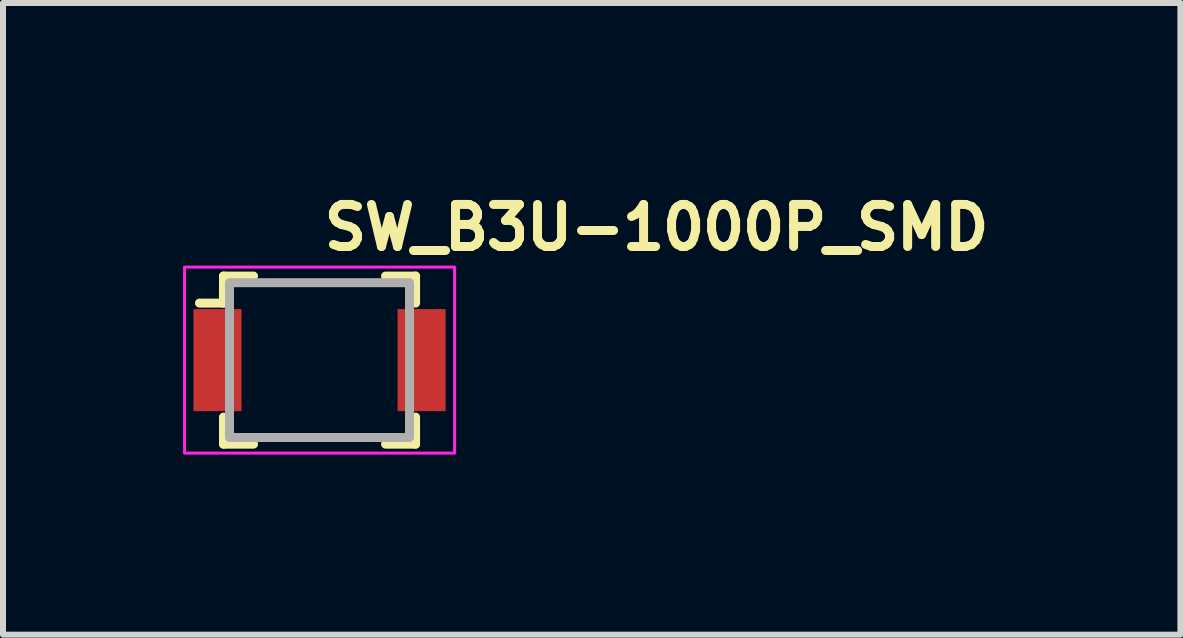
<source format=kicad_pcb>
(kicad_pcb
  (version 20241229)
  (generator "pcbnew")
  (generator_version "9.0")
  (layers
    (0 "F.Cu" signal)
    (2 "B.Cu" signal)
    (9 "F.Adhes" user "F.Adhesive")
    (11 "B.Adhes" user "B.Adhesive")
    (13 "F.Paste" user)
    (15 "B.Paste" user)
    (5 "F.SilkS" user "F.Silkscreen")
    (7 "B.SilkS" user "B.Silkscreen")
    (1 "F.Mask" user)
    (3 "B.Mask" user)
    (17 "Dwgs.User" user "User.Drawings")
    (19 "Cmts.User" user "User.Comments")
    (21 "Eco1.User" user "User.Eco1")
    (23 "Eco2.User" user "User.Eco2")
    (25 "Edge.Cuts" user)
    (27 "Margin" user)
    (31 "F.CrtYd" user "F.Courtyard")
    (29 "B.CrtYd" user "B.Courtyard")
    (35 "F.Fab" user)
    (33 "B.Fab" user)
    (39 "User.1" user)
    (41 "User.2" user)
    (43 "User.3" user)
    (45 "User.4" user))
  (footprint "SW_B3U-1000P_SMD"
    (layer "F.Cu")
    (at 2.274 2.95)
    (property "Reference" "SW_B3U-1000P_SMD" (at 0 -1.8 0) (layer "F.SilkS") (effects (font (size 0.7 0.7) (thickness 0.15)) (justify left bottom)))
    (attr smd)
    (fp_line (start -1.601 -0.95) (end -2 -0.95) (stroke (width 0.15) (type solid)) (layer "F.SilkS"))
    (fp_line (start -1.6 -1.4) (end -1.601 -0.95) (stroke (width 0.15) (type solid)) (layer "F.SilkS"))
    (fp_line (start -1.6 -1.4) (end -1.1 -1.4) (stroke (width 0.15) (type solid)) (layer "F.SilkS"))
    (fp_line (start -1.6 1.4) (end -1.6 0.95) (stroke (width 0.15) (type solid)) (layer "F.SilkS"))
    (fp_line (start -1.6 1.4) (end -1.1 1.4) (stroke (width 0.15) (type solid)) (layer "F.SilkS"))
    (fp_line (start 1.6 -1.4) (end 1.1 -1.4) (stroke (width 0.15) (type solid)) (layer "F.SilkS"))
    (fp_line (start 1.6 -1.4) (end 1.6 -0.95) (stroke (width 0.15) (type solid)) (layer "F.SilkS"))
    (fp_line (start 1.6 1.4) (end 1.1 1.4) (stroke (width 0.15) (type solid)) (layer "F.SilkS"))
    (fp_line (start 1.6 1.4) (end 1.6 0.95) (stroke (width 0.15) (type solid)) (layer "F.SilkS"))
    (fp_rect (start -2.249 -1.55) (end 2.25 1.549) (stroke (width 0.05) (type solid)) (fill no) (layer "F.CrtYd"))
    (fp_rect (start -1.5 -1.29) (end 1.499 1.289) (stroke (width 0.15) (type solid)) (fill no) (layer "F.Fab"))
    (fp_rect (start -2 -1.25) (end 1.999 1.249) (stroke (width 0.1) (type solid)) (fill no) (layer "User.5"))
    (fp_line (start -2 -0.701) (end -2 0.699) (stroke (width 0.02) (type solid)) (layer "User.9"))
    (fp_line (start -2 -0.701) (end -1.95 -0.652) (stroke (width 0.02) (type solid)) (layer "User.9"))
    (fp_line (start -2 0.699) (end -1.95 0.65) (stroke (width 0.02) (type solid)) (layer "User.9"))
    (fp_line (start -2 0.699) (end -1.5 0.699) (stroke (width 0.02) (type solid)) (layer "User.9"))
    (fp_line (start -1.5 -1) (end -1.5 -1.25) (stroke (width 0.02) (type solid)) (layer "User.9"))
    (fp_line (start -1.5 -1) (end -1.22 -1) (stroke (width 0.02) (type solid)) (layer "User.9"))
    (fp_line (start -1.5 -0.701) (end -2 -0.701) (stroke (width 0.02) (type solid)) (layer "User.9"))
    (fp_line (start -1.5 0.998) (end -1.5 -1) (stroke (width 0.02) (type solid)) (layer "User.9"))
    (fp_line (start -1.5 1.249) (end -1.5 0.998) (stroke (width 0.02) (type solid)) (layer "User.9"))
    (fp_line (start -1.22 -1.25) (end -1.5 -1.25) (stroke (width 0.02) (type solid)) (layer "User.9"))
    (fp_line (start -1.22 -1.25) (end -1.22 -1.151) (stroke (width 0.02) (type solid)) (layer "User.9"))
    (fp_line (start -1.22 -1) (end -1.22 -1.151) (stroke (width 0.02) (type solid)) (layer "User.9"))
    (fp_line (start -1.22 0.998) (end -1.5 0.998) (stroke (width 0.02) (type solid)) (layer "User.9"))
    (fp_line (start -1.22 1.148) (end -1.22 0.998) (stroke (width 0.02) (type solid)) (layer "User.9"))
    (fp_line (start -1.22 1.148) (end -1.22 1.249) (stroke (width 0.02) (type solid)) (layer "User.9"))
    (fp_line (start -1.22 1.249) (end -1.5 1.249) (stroke (width 0.02) (type solid)) (layer "User.9"))
    (fp_line (start -1.22 1.249) (end 1.219 1.249) (stroke (width 0.02) (type solid)) (layer "User.9"))
    (fp_line (start -0.802 0) (end -0.8 0.051) (stroke (width 0.02) (type solid)) (layer "User.9"))
    (fp_line (start -0.8 -0.053) (end -0.802 0) (stroke (width 0.02) (type solid)) (layer "User.9"))
    (fp_line (start -0.8 0.051) (end -0.795 0.103) (stroke (width 0.02) (type solid)) (layer "User.9"))
    (fp_line (start -0.795 -0.105) (end -0.8 -0.053) (stroke (width 0.02) (type solid)) (layer "User.9"))
    (fp_line (start -0.795 0.103) (end -0.786 0.153) (stroke (width 0.02) (type solid)) (layer "User.9"))
    (fp_line (start -0.786 -0.155) (end -0.795 -0.105) (stroke (width 0.02) (type solid)) (layer "User.9"))
    (fp_line (start -0.786 0.153) (end -0.775 0.205) (stroke (width 0.02) (type solid)) (layer "User.9"))
    (fp_line (start -0.775 -0.207) (end -0.786 -0.155) (stroke (width 0.02) (type solid)) (layer "User.9"))
    (fp_line (start -0.775 0.205) (end -0.759 0.254) (stroke (width 0.02) (type solid)) (layer "User.9"))
    (fp_line (start -0.759 -0.256) (end -0.775 -0.207) (stroke (width 0.02) (type solid)) (layer "User.9"))
    (fp_line (start -0.759 0.254) (end -0.74 0.303) (stroke (width 0.02) (type solid)) (layer "User.9"))
    (fp_line (start -0.755 -0.014) (end -0.751 -0.073) (stroke (width 0.02) (type solid)) (layer "User.9"))
    (fp_line (start -0.754 0.045) (end -0.755 -0.014) (stroke (width 0.02) (type solid)) (layer "User.9"))
    (fp_line (start -0.751 -0.073) (end -0.743 -0.133) (stroke (width 0.02) (type solid)) (layer "User.9"))
    (fp_line (start -0.747 0.105) (end -0.754 0.045) (stroke (width 0.02) (type solid)) (layer "User.9"))
    (fp_line (start -0.743 -0.133) (end -0.731 -0.189) (stroke (width 0.02) (type solid)) (layer "User.9"))
    (fp_line (start -0.74 -0.305) (end -0.759 -0.256) (stroke (width 0.02) (type solid)) (layer "User.9"))
    (fp_line (start -0.74 0.303) (end -0.718 0.351) (stroke (width 0.02) (type solid)) (layer "User.9"))
    (fp_line (start -0.737 0.165) (end -0.747 0.105) (stroke (width 0.02) (type solid)) (layer "User.9"))
    (fp_line (start -0.731 -0.189) (end -0.714 -0.246) (stroke (width 0.02) (type solid)) (layer "User.9"))
    (fp_line (start -0.721 0.225) (end -0.737 0.165) (stroke (width 0.02) (type solid)) (layer "User.9"))
    (fp_line (start -0.721 0.225) (end -0.721 0.225) (stroke (width 0.02) (type solid)) (layer "User.9"))
    (fp_line (start -0.718 -0.353) (end -0.74 -0.305) (stroke (width 0.02) (type solid)) (layer "User.9"))
    (fp_line (start -0.718 0.351) (end -0.694 0.4) (stroke (width 0.02) (type solid)) (layer "User.9"))
    (fp_line (start -0.714 -0.246) (end -0.694 -0.301) (stroke (width 0.02) (type solid)) (layer "User.9"))
    (fp_line (start -0.711 0.253) (end -0.721 0.225) (stroke (width 0.02) (type solid)) (layer "User.9"))
    (fp_line (start -0.701 0.282) (end -0.711 0.253) (stroke (width 0.02) (type solid)) (layer "User.9"))
    (fp_line (start -0.694 -0.402) (end -0.718 -0.353) (stroke (width 0.02) (type solid)) (layer "User.9"))
    (fp_line (start -0.694 -0.402) (end -0.694 -0.402) (stroke (width 0.02) (type solid)) (layer "User.9"))
    (fp_line (start -0.694 -0.301) (end -0.668 -0.354) (stroke (width 0.02) (type solid)) (layer "User.9"))
    (fp_line (start -0.694 0.4) (end -0.694 0.4) (stroke (width 0.02) (type solid)) (layer "User.9"))
    (fp_line (start -0.694 0.4) (end -0.681 0.421) (stroke (width 0.02) (type solid)) (layer "User.9"))
    (fp_line (start -0.681 0.421) (end -0.666 0.444) (stroke (width 0.02) (type solid)) (layer "User.9"))
    (fp_line (start -0.676 0.338) (end -0.701 0.282) (stroke (width 0.02) (type solid)) (layer "User.9"))
    (fp_line (start -0.668 -0.354) (end -0.637 -0.406) (stroke (width 0.02) (type solid)) (layer "User.9"))
    (fp_line (start -0.666 -0.446) (end -0.694 -0.402) (stroke (width 0.02) (type solid)) (layer "User.9"))
    (fp_line (start -0.666 0.444) (end -0.651 0.467) (stroke (width 0.02) (type solid)) (layer "User.9"))
    (fp_line (start -0.651 0.467) (end -0.634 0.487) (stroke (width 0.02) (type solid)) (layer "User.9"))
    (fp_line (start -0.647 0.39) (end -0.676 0.338) (stroke (width 0.02) (type solid)) (layer "User.9"))
    (fp_line (start -0.637 -0.406) (end -0.604 -0.455) (stroke (width 0.02) (type solid)) (layer "User.9"))
    (fp_line (start -0.634 -0.489) (end -0.666 -0.446) (stroke (width 0.02) (type solid)) (layer "User.9"))
    (fp_line (start -0.634 0.487) (end -0.618 0.507) (stroke (width 0.02) (type solid)) (layer "User.9"))
    (fp_line (start -0.618 0.507) (end -0.601 0.528) (stroke (width 0.02) (type solid)) (layer "User.9"))
    (fp_line (start -0.613 0.439) (end -0.647 0.39) (stroke (width 0.02) (type solid)) (layer "User.9"))
    (fp_line (start -0.604 -0.455) (end -0.567 -0.5) (stroke (width 0.02) (type solid)) (layer "User.9"))
    (fp_line (start -0.601 -0.53) (end -0.634 -0.489) (stroke (width 0.02) (type solid)) (layer "User.9"))
    (fp_line (start -0.601 0.528) (end -0.583 0.548) (stroke (width 0.02) (type solid)) (layer "User.9"))
    (fp_line (start -0.583 0.548) (end -0.566 0.566) (stroke (width 0.02) (type solid)) (layer "User.9"))
    (fp_line (start -0.577 0.486) (end -0.613 0.439) (stroke (width 0.02) (type solid)) (layer "User.9"))
    (fp_line (start -0.567 -0.5) (end -0.525 -0.544) (stroke (width 0.02) (type solid)) (layer "User.9"))
    (fp_line (start -0.566 -0.568) (end -0.601 -0.53) (stroke (width 0.02) (type solid)) (layer "User.9"))
    (fp_line (start -0.566 0.566) (end -0.547 0.584) (stroke (width 0.02) (type solid)) (layer "User.9"))
    (fp_line (start -0.547 0.584) (end -0.528 0.601) (stroke (width 0.02) (type solid)) (layer "User.9"))
    (fp_line (start -0.537 0.53) (end -0.577 0.486) (stroke (width 0.02) (type solid)) (layer "User.9"))
    (fp_line (start -0.528 -0.603) (end -0.566 -0.568) (stroke (width 0.02) (type solid)) (layer "User.9"))
    (fp_line (start -0.528 0.601) (end -0.507 0.618) (stroke (width 0.02) (type solid)) (layer "User.9"))
    (fp_line (start -0.525 -0.544) (end -0.48 -0.584) (stroke (width 0.02) (type solid)) (layer "User.9"))
    (fp_line (start -0.507 0.618) (end -0.487 0.634) (stroke (width 0.02) (type solid)) (layer "User.9"))
    (fp_line (start -0.493 0.571) (end -0.537 0.53) (stroke (width 0.02) (type solid)) (layer "User.9"))
    (fp_line (start -0.487 -0.636) (end -0.528 -0.603) (stroke (width 0.02) (type solid)) (layer "User.9"))
    (fp_line (start -0.487 0.634) (end -0.467 0.65) (stroke (width 0.02) (type solid)) (layer "User.9"))
    (fp_line (start -0.48 -0.584) (end -0.43 -0.621) (stroke (width 0.02) (type solid)) (layer "User.9"))
    (fp_line (start -0.467 0.65) (end -0.444 0.665) (stroke (width 0.02) (type solid)) (layer "User.9"))
    (fp_line (start -0.447 0.606) (end -0.493 0.571) (stroke (width 0.02) (type solid)) (layer "User.9"))
    (fp_line (start -0.444 -0.667) (end -0.487 -0.636) (stroke (width 0.02) (type solid)) (layer "User.9"))
    (fp_line (start -0.444 0.665) (end -0.423 0.679) (stroke (width 0.02) (type solid)) (layer "User.9"))
    (fp_line (start -0.423 0.679) (end -0.402 0.692) (stroke (width 0.02) (type solid)) (layer "User.9"))
    (fp_line (start -0.412 -0.562) (end -0.43 -0.621) (stroke (width 0.02) (type solid)) (layer "User.9"))
    (fp_line (start -0.402 -0.694) (end -0.444 -0.667) (stroke (width 0.02) (type solid)) (layer "User.9"))
    (fp_line (start -0.402 0.692) (end -0.378 0.704) (stroke (width 0.02) (type solid)) (layer "User.9"))
    (fp_line (start -0.4 0.64) (end -0.447 0.606) (stroke (width 0.02) (type solid)) (layer "User.9"))
    (fp_line (start -0.391 -0.497) (end -0.412 -0.562) (stroke (width 0.02) (type solid)) (layer "User.9"))
    (fp_line (start -0.378 0.704) (end -0.355 0.716) (stroke (width 0.02) (type solid)) (layer "User.9"))
    (fp_line (start -0.377 -0.461) (end -0.391 -0.497) (stroke (width 0.02) (type solid)) (layer "User.9"))
    (fp_line (start -0.362 -0.421) (end -0.377 -0.461) (stroke (width 0.02) (type solid)) (layer "User.9"))
    (fp_line (start -0.355 -0.718) (end -0.402 -0.694) (stroke (width 0.02) (type solid)) (layer "User.9"))
    (fp_line (start -0.355 0.716) (end -0.332 0.727) (stroke (width 0.02) (type solid)) (layer "User.9"))
    (fp_line (start -0.348 0.669) (end -0.4 0.64) (stroke (width 0.02) (type solid)) (layer "User.9"))
    (fp_line (start -0.332 0.727) (end -0.308 0.737) (stroke (width 0.02) (type solid)) (layer "User.9"))
    (fp_line (start -0.308 -0.739) (end -0.355 -0.718) (stroke (width 0.02) (type solid)) (layer "User.9"))
    (fp_line (start -0.308 0.737) (end -0.285 0.747) (stroke (width 0.02) (type solid)) (layer "User.9"))
    (fp_line (start -0.294 0.695) (end -0.348 0.669) (stroke (width 0.02) (type solid)) (layer "User.9"))
    (fp_line (start -0.285 0.747) (end -0.26 0.756) (stroke (width 0.02) (type solid)) (layer "User.9"))
    (fp_line (start -0.26 -0.758) (end -0.308 -0.739) (stroke (width 0.02) (type solid)) (layer "User.9"))
    (fp_line (start -0.26 0.756) (end -0.235 0.764) (stroke (width 0.02) (type solid)) (layer "User.9"))
    (fp_line (start -0.239 0.714) (end -0.294 0.695) (stroke (width 0.02) (type solid)) (layer "User.9"))
    (fp_line (start -0.235 0.764) (end -0.209 0.772) (stroke (width 0.02) (type solid)) (layer "User.9"))
    (fp_line (start -0.209 -0.774) (end -0.26 -0.758) (stroke (width 0.02) (type solid)) (layer "User.9"))
    (fp_line (start -0.209 0.772) (end -0.184 0.778) (stroke (width 0.02) (type solid)) (layer "User.9"))
    (fp_line (start -0.184 0.778) (end -0.158 0.784) (stroke (width 0.02) (type solid)) (layer "User.9"))
    (fp_line (start -0.181 0.731) (end -0.239 0.714) (stroke (width 0.02) (type solid)) (layer "User.9"))
    (fp_line (start -0.158 -0.786) (end -0.209 -0.774) (stroke (width 0.02) (type solid)) (layer "User.9"))
    (fp_line (start -0.158 0.784) (end -0.134 0.789) (stroke (width 0.02) (type solid)) (layer "User.9"))
    (fp_line (start -0.134 0.789) (end -0.106 0.792) (stroke (width 0.02) (type solid)) (layer "User.9"))
    (fp_line (start -0.122 0.743) (end -0.181 0.731) (stroke (width 0.02) (type solid)) (layer "User.9"))
    (fp_line (start -0.106 -0.794) (end -0.158 -0.786) (stroke (width 0.02) (type solid)) (layer "User.9"))
    (fp_line (start -0.106 0.792) (end -0.08 0.796) (stroke (width 0.02) (type solid)) (layer "User.9"))
    (fp_line (start -0.08 0.796) (end -0.054 0.798) (stroke (width 0.02) (type solid)) (layer "User.9"))
    (fp_line (start -0.062 0.75) (end -0.122 0.743) (stroke (width 0.02) (type solid)) (layer "User.9"))
    (fp_line (start -0.054 -0.8) (end -0.106 -0.794) (stroke (width 0.02) (type solid)) (layer "User.9"))
    (fp_line (start -0.054 0.798) (end -0.027 0.799) (stroke (width 0.02) (type solid)) (layer "User.9"))
    (fp_line (start -0.031 0.752) (end -0.062 0.75) (stroke (width 0.02) (type solid)) (layer "User.9"))
    (fp_line (start -0.027 0.799) (end 0 0.8) (stroke (width 0.02) (type solid)) (layer "User.9"))
    (fp_line (start 0 -0.802) (end -0.054 -0.8) (stroke (width 0.02) (type solid)) (layer "User.9"))
    (fp_line (start 0 0.753) (end -0.031 0.752) (stroke (width 0.02) (type solid)) (layer "User.9"))
    (fp_line (start 0 0.8) (end 0.052 0.798) (stroke (width 0.02) (type solid)) (layer "User.9"))
    (fp_line (start 0.026 -0.801) (end 0 -0.802) (stroke (width 0.02) (type solid)) (layer "User.9"))
    (fp_line (start 0.029 0.752) (end 0 0.753) (stroke (width 0.02) (type solid)) (layer "User.9"))
    (fp_line (start 0.052 -0.8) (end 0.026 -0.801) (stroke (width 0.02) (type solid)) (layer "User.9"))
    (fp_line (start 0.052 0.798) (end 0.104 0.792) (stroke (width 0.02) (type solid)) (layer "User.9"))
    (fp_line (start 0.06 0.75) (end 0.029 0.752) (stroke (width 0.02) (type solid)) (layer "User.9"))
    (fp_line (start 0.078 -0.798) (end 0.052 -0.8) (stroke (width 0.02) (type solid)) (layer "User.9"))
    (fp_line (start 0.09 0.747) (end 0.06 0.75) (stroke (width 0.02) (type solid)) (layer "User.9"))
    (fp_line (start 0.104 -0.794) (end 0.078 -0.798) (stroke (width 0.02) (type solid)) (layer "User.9"))
    (fp_line (start 0.104 0.792) (end 0.156 0.784) (stroke (width 0.02) (type solid)) (layer "User.9"))
    (fp_line (start 0.12 0.743) (end 0.09 0.747) (stroke (width 0.02) (type solid)) (layer "User.9"))
    (fp_line (start 0.132 -0.791) (end 0.104 -0.794) (stroke (width 0.02) (type solid)) (layer "User.9"))
    (fp_line (start 0.15 0.738) (end 0.12 0.743) (stroke (width 0.02) (type solid)) (layer "User.9"))
    (fp_line (start 0.156 -0.786) (end 0.132 -0.791) (stroke (width 0.02) (type solid)) (layer "User.9"))
    (fp_line (start 0.156 0.784) (end 0.208 0.772) (stroke (width 0.02) (type solid)) (layer "User.9"))
    (fp_line (start 0.179 0.731) (end 0.15 0.738) (stroke (width 0.02) (type solid)) (layer "User.9"))
    (fp_line (start 0.182 -0.78) (end 0.156 -0.786) (stroke (width 0.02) (type solid)) (layer "User.9"))
    (fp_line (start 0.208 -0.774) (end 0.182 -0.78) (stroke (width 0.02) (type solid)) (layer "User.9"))
    (fp_line (start 0.208 0.723) (end 0.179 0.731) (stroke (width 0.02) (type solid)) (layer "User.9"))
    (fp_line (start 0.208 0.772) (end 0.258 0.756) (stroke (width 0.02) (type solid)) (layer "User.9"))
    (fp_line (start 0.233 -0.766) (end 0.208 -0.774) (stroke (width 0.02) (type solid)) (layer "User.9"))
    (fp_line (start 0.237 0.714) (end 0.208 0.723) (stroke (width 0.02) (type solid)) (layer "User.9"))
    (fp_line (start 0.258 -0.758) (end 0.233 -0.766) (stroke (width 0.02) (type solid)) (layer "User.9"))
    (fp_line (start 0.258 0.756) (end 0.306 0.737) (stroke (width 0.02) (type solid)) (layer "User.9"))
    (fp_line (start 0.265 0.705) (end 0.237 0.714) (stroke (width 0.02) (type solid)) (layer "User.9"))
    (fp_line (start 0.283 -0.749) (end 0.258 -0.758) (stroke (width 0.02) (type solid)) (layer "User.9"))
    (fp_line (start 0.292 0.695) (end 0.265 0.705) (stroke (width 0.02) (type solid)) (layer "User.9"))
    (fp_line (start 0.306 -0.739) (end 0.283 -0.749) (stroke (width 0.02) (type solid)) (layer "User.9"))
    (fp_line (start 0.306 0.737) (end 0.353 0.716) (stroke (width 0.02) (type solid)) (layer "User.9"))
    (fp_line (start 0.32 0.683) (end 0.292 0.695) (stroke (width 0.02) (type solid)) (layer "User.9"))
    (fp_line (start 0.33 -0.729) (end 0.306 -0.739) (stroke (width 0.02) (type solid)) (layer "User.9"))
    (fp_line (start 0.346 0.669) (end 0.32 0.683) (stroke (width 0.02) (type solid)) (layer "User.9"))
    (fp_line (start 0.353 -0.718) (end 0.33 -0.729) (stroke (width 0.02) (type solid)) (layer "User.9"))
    (fp_line (start 0.353 0.716) (end 0.4 0.692) (stroke (width 0.02) (type solid)) (layer "User.9"))
    (fp_line (start 0.371 0.655) (end 0.346 0.669) (stroke (width 0.02) (type solid)) (layer "User.9"))
    (fp_line (start 0.375 -0.461) (end 0.36 -0.421) (stroke (width 0.02) (type solid)) (layer "User.9"))
    (fp_line (start 0.376 -0.706) (end 0.353 -0.718) (stroke (width 0.02) (type solid)) (layer "User.9"))
    (fp_line (start 0.389 -0.497) (end 0.375 -0.461) (stroke (width 0.02) (type solid)) (layer "User.9"))
    (fp_line (start 0.398 0.64) (end 0.371 0.655) (stroke (width 0.02) (type solid)) (layer "User.9"))
    (fp_line (start 0.4 -0.694) (end 0.376 -0.706) (stroke (width 0.02) (type solid)) (layer "User.9"))
    (fp_line (start 0.4 -0.532) (end 0.389 -0.497) (stroke (width 0.02) (type solid)) (layer "User.9"))
    (fp_line (start 0.4 0.692) (end 0.442 0.665) (stroke (width 0.02) (type solid)) (layer "User.9"))
    (fp_line (start 0.41 -0.562) (end 0.4 -0.532) (stroke (width 0.02) (type solid)) (layer "User.9"))
    (fp_line (start 0.421 -0.681) (end 0.4 -0.694) (stroke (width 0.02) (type solid)) (layer "User.9"))
    (fp_line (start 0.421 0.623) (end 0.398 0.64) (stroke (width 0.02) (type solid)) (layer "User.9"))
    (fp_line (start 0.423 -0.605) (end 0.41 -0.562) (stroke (width 0.02) (type solid)) (layer "User.9"))
    (fp_line (start 0.428 -0.621) (end -0.43 -0.621) (stroke (width 0.02) (type solid)) (layer "User.9"))
    (fp_line (start 0.428 -0.621) (end 0.423 -0.605) (stroke (width 0.02) (type solid)) (layer "User.9"))
    (fp_line (start 0.428 -0.621) (end 0.454 -0.603) (stroke (width 0.02) (type solid)) (layer "User.9"))
    (fp_line (start 0.442 -0.667) (end 0.421 -0.681) (stroke (width 0.02) (type solid)) (layer "User.9"))
    (fp_line (start 0.442 0.665) (end 0.485 0.634) (stroke (width 0.02) (type solid)) (layer "User.9"))
    (fp_line (start 0.445 0.606) (end 0.421 0.623) (stroke (width 0.02) (type solid)) (layer "User.9"))
    (fp_line (start 0.454 -0.603) (end 0.478 -0.584) (stroke (width 0.02) (type solid)) (layer "User.9"))
    (fp_line (start 0.465 -0.652) (end 0.442 -0.667) (stroke (width 0.02) (type solid)) (layer "User.9"))
    (fp_line (start 0.47 0.588) (end 0.445 0.606) (stroke (width 0.02) (type solid)) (layer "User.9"))
    (fp_line (start 0.478 -0.584) (end 0.5 -0.565) (stroke (width 0.02) (type solid)) (layer "User.9"))
    (fp_line (start 0.485 -0.636) (end 0.465 -0.652) (stroke (width 0.02) (type solid)) (layer "User.9"))
    (fp_line (start 0.485 0.634) (end 0.526 0.601) (stroke (width 0.02) (type solid)) (layer "User.9"))
    (fp_line (start 0.491 0.571) (end 0.47 0.588) (stroke (width 0.02) (type solid)) (layer "User.9"))
    (fp_line (start 0.5 -0.565) (end 0.523 -0.544) (stroke (width 0.02) (type solid)) (layer "User.9"))
    (fp_line (start 0.505 -0.62) (end 0.485 -0.636) (stroke (width 0.02) (type solid)) (layer "User.9"))
    (fp_line (start 0.514 0.551) (end 0.491 0.571) (stroke (width 0.02) (type solid)) (layer "User.9"))
    (fp_line (start 0.523 -0.544) (end 0.545 -0.523) (stroke (width 0.02) (type solid)) (layer "User.9"))
    (fp_line (start 0.526 -0.603) (end 0.505 -0.62) (stroke (width 0.02) (type solid)) (layer "User.9"))
    (fp_line (start 0.526 0.601) (end 0.564 0.566) (stroke (width 0.02) (type solid)) (layer "User.9"))
    (fp_line (start 0.535 0.53) (end 0.514 0.551) (stroke (width 0.02) (type solid)) (layer "User.9"))
    (fp_line (start 0.545 -0.586) (end 0.526 -0.603) (stroke (width 0.02) (type solid)) (layer "User.9"))
    (fp_line (start 0.545 -0.523) (end 0.565 -0.5) (stroke (width 0.02) (type solid)) (layer "User.9"))
    (fp_line (start 0.556 0.508) (end 0.535 0.53) (stroke (width 0.02) (type solid)) (layer "User.9"))
    (fp_line (start 0.564 -0.568) (end 0.545 -0.586) (stroke (width 0.02) (type solid)) (layer "User.9"))
    (fp_line (start 0.564 0.566) (end 0.599 0.528) (stroke (width 0.02) (type solid)) (layer "User.9"))
    (fp_line (start 0.565 -0.5) (end 0.583 -0.478) (stroke (width 0.02) (type solid)) (layer "User.9"))
    (fp_line (start 0.575 0.486) (end 0.556 0.508) (stroke (width 0.02) (type solid)) (layer "User.9"))
    (fp_line (start 0.581 -0.55) (end 0.564 -0.568) (stroke (width 0.02) (type solid)) (layer "User.9"))
    (fp_line (start 0.583 -0.478) (end 0.602 -0.455) (stroke (width 0.02) (type solid)) (layer "User.9"))
    (fp_line (start 0.593 0.464) (end 0.575 0.486) (stroke (width 0.02) (type solid)) (layer "User.9"))
    (fp_line (start 0.599 -0.53) (end 0.581 -0.55) (stroke (width 0.02) (type solid)) (layer "User.9"))
    (fp_line (start 0.599 0.528) (end 0.632 0.487) (stroke (width 0.02) (type solid)) (layer "User.9"))
    (fp_line (start 0.602 -0.455) (end 0.619 -0.43) (stroke (width 0.02) (type solid)) (layer "User.9"))
    (fp_line (start 0.611 0.439) (end 0.593 0.464) (stroke (width 0.02) (type solid)) (layer "User.9"))
    (fp_line (start 0.616 -0.509) (end 0.599 -0.53) (stroke (width 0.02) (type solid)) (layer "User.9"))
    (fp_line (start 0.619 -0.43) (end 0.635 -0.406) (stroke (width 0.02) (type solid)) (layer "User.9"))
    (fp_line (start 0.628 0.416) (end 0.611 0.439) (stroke (width 0.02) (type solid)) (layer "User.9"))
    (fp_line (start 0.632 -0.489) (end 0.616 -0.509) (stroke (width 0.02) (type solid)) (layer "User.9"))
    (fp_line (start 0.632 0.487) (end 0.664 0.444) (stroke (width 0.02) (type solid)) (layer "User.9"))
    (fp_line (start 0.635 -0.406) (end 0.652 -0.38) (stroke (width 0.02) (type solid)) (layer "User.9"))
    (fp_line (start 0.645 0.39) (end 0.628 0.416) (stroke (width 0.02) (type solid)) (layer "User.9"))
    (fp_line (start 0.649 -0.469) (end 0.632 -0.489) (stroke (width 0.02) (type solid)) (layer "User.9"))
    (fp_line (start 0.652 -0.38) (end 0.666 -0.354) (stroke (width 0.02) (type solid)) (layer "User.9"))
    (fp_line (start 0.66 0.363) (end 0.645 0.39) (stroke (width 0.02) (type solid)) (layer "User.9"))
    (fp_line (start 0.664 -0.446) (end 0.649 -0.469) (stroke (width 0.02) (type solid)) (layer "User.9"))
    (fp_line (start 0.664 0.444) (end 0.692 0.4) (stroke (width 0.02) (type solid)) (layer "User.9"))
    (fp_line (start 0.666 -0.354) (end 0.679 -0.328) (stroke (width 0.02) (type solid)) (layer "User.9"))
    (fp_line (start 0.674 0.338) (end 0.66 0.363) (stroke (width 0.02) (type solid)) (layer "User.9"))
    (fp_line (start 0.679 -0.423) (end 0.664 -0.446) (stroke (width 0.02) (type solid)) (layer "User.9"))
    (fp_line (start 0.679 -0.328) (end 0.692 -0.301) (stroke (width 0.02) (type solid)) (layer "User.9"))
    (fp_line (start 0.687 0.309) (end 0.674 0.338) (stroke (width 0.02) (type solid)) (layer "User.9"))
    (fp_line (start 0.692 -0.402) (end 0.679 -0.423) (stroke (width 0.02) (type solid)) (layer "User.9"))
    (fp_line (start 0.692 -0.402) (end 0.692 -0.402) (stroke (width 0.02) (type solid)) (layer "User.9"))
    (fp_line (start 0.692 -0.301) (end 0.703 -0.274) (stroke (width 0.02) (type solid)) (layer "User.9"))
    (fp_line (start 0.692 0.4) (end 0.692 0.4) (stroke (width 0.02) (type solid)) (layer "User.9"))
    (fp_line (start 0.692 0.4) (end 0.716 0.351) (stroke (width 0.02) (type solid)) (layer "User.9"))
    (fp_line (start 0.699 0.282) (end 0.687 0.309) (stroke (width 0.02) (type solid)) (layer "User.9"))
    (fp_line (start 0.703 -0.274) (end 0.712 -0.246) (stroke (width 0.02) (type solid)) (layer "User.9"))
    (fp_line (start 0.709 0.253) (end 0.699 0.282) (stroke (width 0.02) (type solid)) (layer "User.9"))
    (fp_line (start 0.712 -0.246) (end 0.721 -0.218) (stroke (width 0.02) (type solid)) (layer "User.9"))
    (fp_line (start 0.716 -0.353) (end 0.692 -0.402) (stroke (width 0.02) (type solid)) (layer "User.9"))
    (fp_line (start 0.716 0.351) (end 0.738 0.303) (stroke (width 0.02) (type solid)) (layer "User.9"))
    (fp_line (start 0.719 0.225) (end 0.709 0.253) (stroke (width 0.02) (type solid)) (layer "User.9"))
    (fp_line (start 0.719 0.225) (end 0.719 0.225) (stroke (width 0.02) (type solid)) (layer "User.9"))
    (fp_line (start 0.721 -0.218) (end 0.729 -0.189) (stroke (width 0.02) (type solid)) (layer "User.9"))
    (fp_line (start 0.727 0.195) (end 0.719 0.225) (stroke (width 0.02) (type solid)) (layer "User.9"))
    (fp_line (start 0.729 -0.189) (end 0.736 -0.162) (stroke (width 0.02) (type solid)) (layer "User.9"))
    (fp_line (start 0.735 0.165) (end 0.727 0.195) (stroke (width 0.02) (type solid)) (layer "User.9"))
    (fp_line (start 0.736 -0.162) (end 0.741 -0.133) (stroke (width 0.02) (type solid)) (layer "User.9"))
    (fp_line (start 0.738 -0.305) (end 0.716 -0.353) (stroke (width 0.02) (type solid)) (layer "User.9"))
    (fp_line (start 0.738 0.303) (end 0.757 0.254) (stroke (width 0.02) (type solid)) (layer "User.9"))
    (fp_line (start 0.741 -0.133) (end 0.746 -0.104) (stroke (width 0.02) (type solid)) (layer "User.9"))
    (fp_line (start 0.741 0.135) (end 0.735 0.165) (stroke (width 0.02) (type solid)) (layer "User.9"))
    (fp_line (start 0.745 0.105) (end 0.741 0.135) (stroke (width 0.02) (type solid)) (layer "User.9"))
    (fp_line (start 0.746 -0.104) (end 0.749 -0.073) (stroke (width 0.02) (type solid)) (layer "User.9"))
    (fp_line (start 0.749 -0.073) (end 0.752 -0.044) (stroke (width 0.02) (type solid)) (layer "User.9"))
    (fp_line (start 0.749 0.075) (end 0.745 0.105) (stroke (width 0.02) (type solid)) (layer "User.9"))
    (fp_line (start 0.752 -0.044) (end 0.753 -0.014) (stroke (width 0.02) (type solid)) (layer "User.9"))
    (fp_line (start 0.752 0.045) (end 0.749 0.075) (stroke (width 0.02) (type solid)) (layer "User.9"))
    (fp_line (start 0.753 -0.014) (end 0.753 0.016) (stroke (width 0.02) (type solid)) (layer "User.9"))
    (fp_line (start 0.753 0.016) (end 0.752 0.045) (stroke (width 0.02) (type solid)) (layer "User.9"))
    (fp_line (start 0.757 -0.256) (end 0.738 -0.305) (stroke (width 0.02) (type solid)) (layer "User.9"))
    (fp_line (start 0.757 0.254) (end 0.773 0.205) (stroke (width 0.02) (type solid)) (layer "User.9"))
    (fp_line (start 0.773 -0.207) (end 0.757 -0.256) (stroke (width 0.02) (type solid)) (layer "User.9"))
    (fp_line (start 0.773 0.205) (end 0.784 0.153) (stroke (width 0.02) (type solid)) (layer "User.9"))
    (fp_line (start 0.784 -0.155) (end 0.773 -0.207) (stroke (width 0.02) (type solid)) (layer "User.9"))
    (fp_line (start 0.784 0.153) (end 0.793 0.103) (stroke (width 0.02) (type solid)) (layer "User.9"))
    (fp_line (start 0.793 -0.105) (end 0.784 -0.155) (stroke (width 0.02) (type solid)) (layer "User.9"))
    (fp_line (start 0.793 0.103) (end 0.798 0.051) (stroke (width 0.02) (type solid)) (layer "User.9"))
    (fp_line (start 0.798 -0.053) (end 0.793 -0.105) (stroke (width 0.02) (type solid)) (layer "User.9"))
    (fp_line (start 0.798 0.051) (end 0.8 0) (stroke (width 0.02) (type solid)) (layer "User.9"))
    (fp_line (start 0.8 0) (end 0.798 -0.053) (stroke (width 0.02) (type solid)) (layer "User.9"))
    (fp_line (start 1.219 -1.25) (end -1.22 -1.25) (stroke (width 0.02) (type solid)) (layer "User.9"))
    (fp_line (start 1.219 -1.25) (end 1.219 -1.151) (stroke (width 0.02) (type solid)) (layer "User.9"))
    (fp_line (start 1.219 -1.151) (end 1.219 -1) (stroke (width 0.02) (type solid)) (layer "User.9"))
    (fp_line (start 1.219 -1) (end 1.499 -1) (stroke (width 0.02) (type solid)) (layer "User.9"))
    (fp_line (start 1.219 0.998) (end 1.219 1.148) (stroke (width 0.02) (type solid)) (layer "User.9"))
    (fp_line (start 1.219 1.249) (end 1.219 1.148) (stroke (width 0.02) (type solid)) (layer "User.9"))
    (fp_line (start 1.219 1.249) (end 1.499 1.249) (stroke (width 0.02) (type solid)) (layer "User.9"))
    (fp_line (start 1.499 -1.25) (end 1.219 -1.25) (stroke (width 0.02) (type solid)) (layer "User.9"))
    (fp_line (start 1.499 -1.25) (end 1.499 -1) (stroke (width 0.02) (type solid)) (layer "User.9"))
    (fp_line (start 1.499 -1) (end 1.499 0.998) (stroke (width 0.02) (type solid)) (layer "User.9"))
    (fp_line (start 1.499 0.699) (end 1.999 0.699) (stroke (width 0.02) (type solid)) (layer "User.9"))
    (fp_line (start 1.499 0.998) (end 1.219 0.998) (stroke (width 0.02) (type solid)) (layer "User.9"))
    (fp_line (start 1.499 0.998) (end 1.499 1.249) (stroke (width 0.02) (type solid)) (layer "User.9"))
    (fp_line (start 1.999 -0.701) (end 1.499 -0.701) (stroke (width 0.02) (type solid)) (layer "User.9"))
    (fp_line (start 1.999 -0.701) (end 1.949 -0.652) (stroke (width 0.02) (type solid)) (layer "User.9"))
    (fp_line (start 1.999 0.699) (end 1.949 0.65) (stroke (width 0.02) (type solid)) (layer "User.9"))
    (fp_line (start 1.999 0.699) (end 1.999 -0.701) (stroke (width 0.02) (type solid)) (layer "User.9"))
    (pad "1" smd rect (at -1.7 0) (size 0.8 1.7) (layers "F.Cu" "F.Mask" "F.Paste"))
    (pad "2" smd rect (at 1.7 0) (size 0.8 1.7) (layers "F.Cu" "F.Mask" "F.Paste")))
  (gr_rect
    (start -3 -3)
    (end 16.617 7.524)
    (stroke (width 0.1) (type default))
    (fill no)
    (layer "Edge.Cuts")))
</source>
